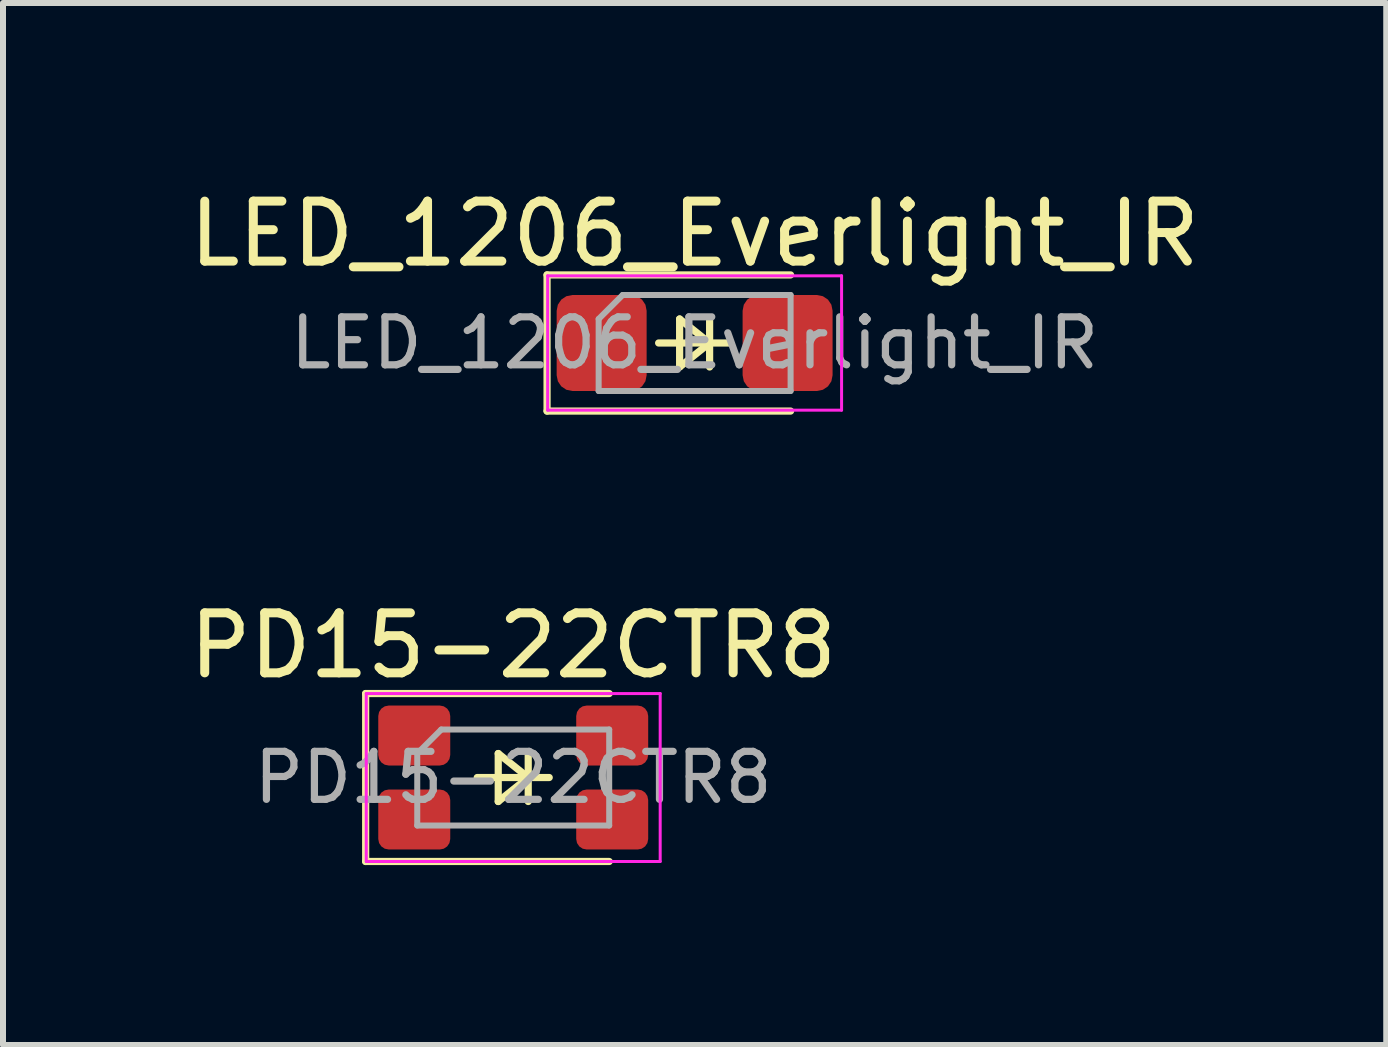
<source format=kicad_pcb>
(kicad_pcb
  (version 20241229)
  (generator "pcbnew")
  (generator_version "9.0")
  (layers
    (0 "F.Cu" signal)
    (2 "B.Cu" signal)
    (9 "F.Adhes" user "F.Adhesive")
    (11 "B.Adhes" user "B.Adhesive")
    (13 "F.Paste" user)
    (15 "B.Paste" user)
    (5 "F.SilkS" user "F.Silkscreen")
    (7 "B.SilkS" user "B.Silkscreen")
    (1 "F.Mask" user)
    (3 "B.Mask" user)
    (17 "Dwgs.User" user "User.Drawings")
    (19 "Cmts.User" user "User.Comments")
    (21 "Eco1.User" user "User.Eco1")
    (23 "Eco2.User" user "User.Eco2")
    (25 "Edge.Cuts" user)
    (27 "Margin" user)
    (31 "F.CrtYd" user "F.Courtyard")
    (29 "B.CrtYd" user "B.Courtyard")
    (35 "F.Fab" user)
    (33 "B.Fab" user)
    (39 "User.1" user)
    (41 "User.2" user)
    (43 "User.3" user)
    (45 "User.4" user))
  (footprint "LED_1206_Everlight_IR"
    (layer "F.Cu")
    (at 8.53 2.668)
    (property "Reference" "LED_1206_Everlight_IR" (at 0 -1.82 0) (layer "F.SilkS") (effects (font (size 1 1) (thickness 0.15))))
    (attr smd)
    (fp_line (start -2.46 -1.135) (end -2.46 1.135) (stroke (width 0.12) (type solid)) (layer "F.SilkS"))
    (fp_line (start -2.46 1.135) (end 1.6 1.135) (stroke (width 0.12) (type solid)) (layer "F.SilkS"))
    (fp_line (start -0.6 0) (end 0.6 0) (stroke (width 0.12) (type solid)) (layer "F.SilkS"))
    (fp_line (start -0.25 -0.4) (end -0.25 0.4) (stroke (width 0.12) (type solid)) (layer "F.SilkS"))
    (fp_line (start -0.25 0.4) (end 0.25 0) (stroke (width 0.12) (type solid)) (layer "F.SilkS"))
    (fp_line (start 0.25 -0.4) (end 0.25 0.4) (stroke (width 0.12) (type solid)) (layer "F.SilkS"))
    (fp_line (start 0.25 0) (end -0.25 -0.4) (stroke (width 0.12) (type solid)) (layer "F.SilkS"))
    (fp_line (start 1.6 -1.135) (end -2.46 -1.135) (stroke (width 0.12) (type solid)) (layer "F.SilkS"))
    (fp_line (start -2.45 -1.12) (end 2.45 -1.12) (stroke (width 0.05) (type solid)) (layer "F.CrtYd"))
    (fp_line (start -2.45 1.12) (end -2.45 -1.12) (stroke (width 0.05) (type solid)) (layer "F.CrtYd"))
    (fp_line (start 2.45 -1.12) (end 2.45 1.12) (stroke (width 0.05) (type solid)) (layer "F.CrtYd"))
    (fp_line (start 2.45 1.12) (end -2.45 1.12) (stroke (width 0.05) (type solid)) (layer "F.CrtYd"))
    (fp_line (start -1.6 -0.4) (end -1.6 0.8) (stroke (width 0.1) (type solid)) (layer "F.Fab"))
    (fp_line (start -1.6 0.8) (end 1.6 0.8) (stroke (width 0.1) (type solid)) (layer "F.Fab"))
    (fp_line (start -1.2 -0.8) (end -1.6 -0.4) (stroke (width 0.1) (type solid)) (layer "F.Fab"))
    (fp_line (start 1.6 -0.8) (end -1.2 -0.8) (stroke (width 0.1) (type solid)) (layer "F.Fab"))
    (fp_line (start 1.6 0.8) (end 1.6 -0.8) (stroke (width 0.1) (type solid)) (layer "F.Fab"))
    (fp_text user "${REFERENCE}" (at 0 0 0) (layer "F.Fab") (effects (font (size 0.8 0.8) (thickness 0.12))))
    (pad "1" smd roundrect (at -1.55 0) (size 1.5 1.6) (layers "F.Cu" "F.Mask" "F.Paste") (roundrect_rratio 0.175))
    (pad "2" smd roundrect (at 1.55 0) (size 1.5 1.6) (layers "F.Cu" "F.Mask" "F.Paste") (roundrect_rratio 0.175)))
  (footprint "PD15-22CTR8"
    (layer "F.Cu")
    (at 5.506 9.912)
    (property "Reference" "PD15-22CTR8" (at 0 -2.2 0) (layer "F.SilkS") (effects (font (size 1 1) (thickness 0.15))))
    (attr smd)
    (fp_line (start -2.46 -1.4) (end -2.46 1.4) (stroke (width 0.12) (type solid)) (layer "F.SilkS"))
    (fp_line (start -2.46 1.4) (end 1.6 1.4) (stroke (width 0.12) (type solid)) (layer "F.SilkS"))
    (fp_line (start -0.6 0) (end 0.6 0) (stroke (width 0.12) (type solid)) (layer "F.SilkS"))
    (fp_line (start -0.25 -0.4) (end -0.25 0.4) (stroke (width 0.12) (type solid)) (layer "F.SilkS"))
    (fp_line (start -0.25 0.4) (end 0.25 0) (stroke (width 0.12) (type solid)) (layer "F.SilkS"))
    (fp_line (start 0.25 -0.4) (end 0.25 0.4) (stroke (width 0.12) (type solid)) (layer "F.SilkS"))
    (fp_line (start 0.25 0) (end -0.25 -0.4) (stroke (width 0.12) (type solid)) (layer "F.SilkS"))
    (fp_line (start 1.6 -1.4) (end -2.46 -1.4) (stroke (width 0.12) (type solid)) (layer "F.SilkS"))
    (fp_line (start -2.45 -1.4) (end 2.45 -1.4) (stroke (width 0.05) (type solid)) (layer "F.CrtYd"))
    (fp_line (start -2.45 1.4) (end -2.45 -1.4) (stroke (width 0.05) (type solid)) (layer "F.CrtYd"))
    (fp_line (start 2.45 -1.4) (end 2.45 1.4) (stroke (width 0.05) (type solid)) (layer "F.CrtYd"))
    (fp_line (start 2.45 1.4) (end -2.45 1.4) (stroke (width 0.05) (type solid)) (layer "F.CrtYd"))
    (fp_line (start -1.6 -0.4) (end -1.6 0.8) (stroke (width 0.1) (type solid)) (layer "F.Fab"))
    (fp_line (start -1.6 0.8) (end 1.6 0.8) (stroke (width 0.1) (type solid)) (layer "F.Fab"))
    (fp_line (start -1.2 -0.8) (end -1.6 -0.4) (stroke (width 0.1) (type solid)) (layer "F.Fab"))
    (fp_line (start 1.6 -0.8) (end -1.2 -0.8) (stroke (width 0.1) (type solid)) (layer "F.Fab"))
    (fp_line (start 1.6 0.8) (end 1.6 -0.8) (stroke (width 0.1) (type solid)) (layer "F.Fab"))
    (fp_text user "${REFERENCE}" (at 0 0 0) (layer "F.Fab") (effects (font (size 0.8 0.8) (thickness 0.12))))
    (pad "1" smd roundrect (at 1.65 -0.7) (size 1.2 1) (layers "F.Cu" "F.Mask" "F.Paste") (roundrect_rratio 0.175))
    (pad "1" smd roundrect (at 1.65 0.7) (size 1.2 1) (layers "F.Cu" "F.Mask" "F.Paste") (roundrect_rratio 0.175))
    (pad "2" smd roundrect (at -1.65 -0.7) (size 1.2 1) (layers "F.Cu" "F.Mask" "F.Paste") (roundrect_rratio 0.175))
    (pad "2" smd roundrect (at -1.65 0.7) (size 1.2 1) (layers "F.Cu" "F.Mask" "F.Paste") (roundrect_rratio 0.175)))
  (gr_rect
    (start -3 -3)
    (end 20.06 14.371)
    (stroke (width 0.1) (type default))
    (fill no)
    (layer "Edge.Cuts")))
</source>
